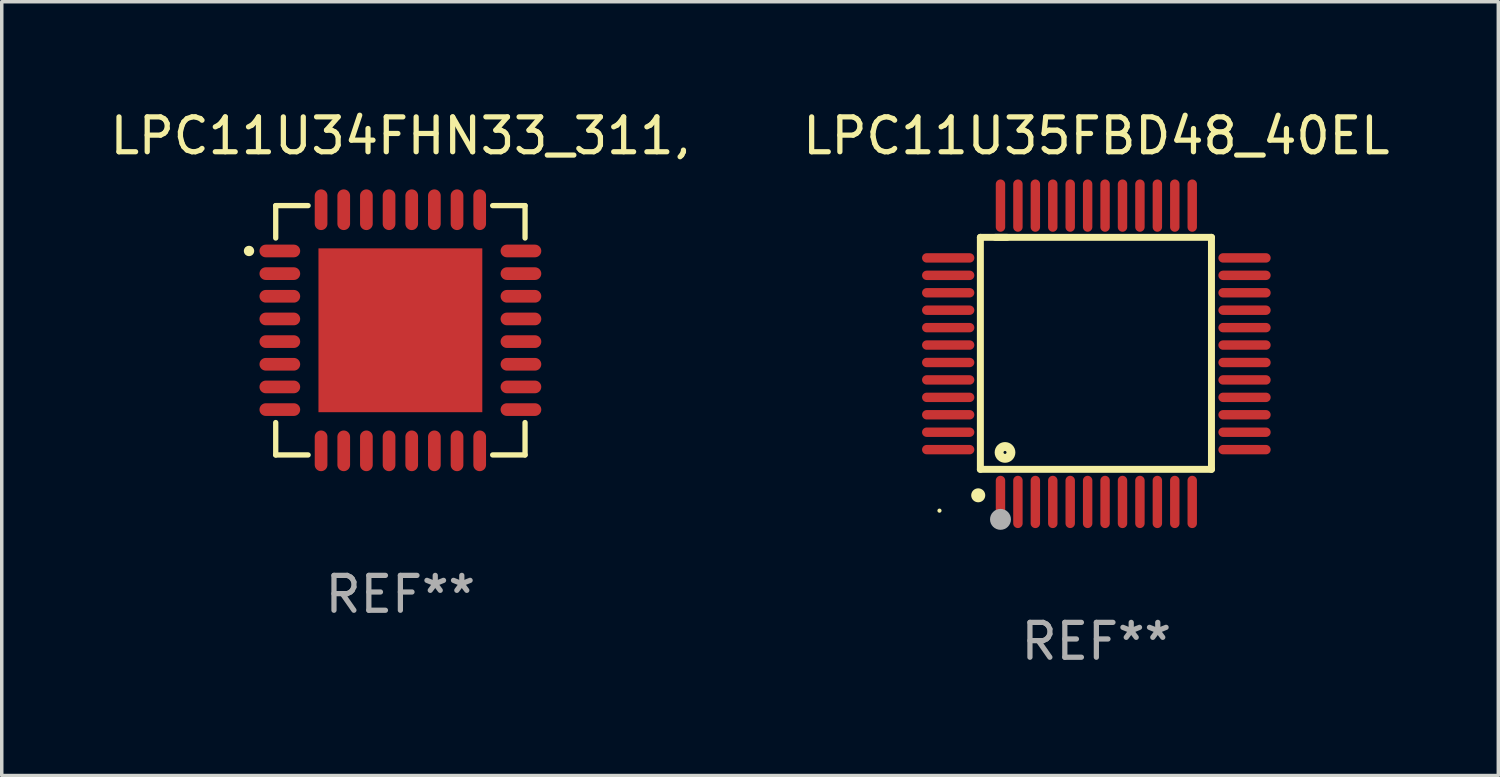
<source format=kicad_pcb>
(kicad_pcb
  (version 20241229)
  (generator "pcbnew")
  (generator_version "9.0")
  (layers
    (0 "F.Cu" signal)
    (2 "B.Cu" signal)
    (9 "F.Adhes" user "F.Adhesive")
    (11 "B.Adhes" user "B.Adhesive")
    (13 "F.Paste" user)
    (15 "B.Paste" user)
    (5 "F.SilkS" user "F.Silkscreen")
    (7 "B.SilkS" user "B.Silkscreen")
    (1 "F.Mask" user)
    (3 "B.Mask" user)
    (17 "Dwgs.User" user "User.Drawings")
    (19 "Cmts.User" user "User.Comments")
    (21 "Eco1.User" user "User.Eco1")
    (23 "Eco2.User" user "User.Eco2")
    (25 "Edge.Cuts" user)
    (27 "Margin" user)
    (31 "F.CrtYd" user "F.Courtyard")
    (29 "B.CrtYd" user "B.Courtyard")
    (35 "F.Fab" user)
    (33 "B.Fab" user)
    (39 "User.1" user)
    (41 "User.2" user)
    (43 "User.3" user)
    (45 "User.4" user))
  (footprint "LPC11U34FHN33_311,"
    (layer "F.Cu")
    (at 8.435 6.424)
    (property "Reference" "LPC11U34FHN33_311," (at 0 -5.576 0) (layer "F.SilkS") (effects (font (size 1 1) (thickness 0.15))))
    (attr through_hole)
    (fp_line (start -3.576 -3.576) (end -3.576 -2.647) (stroke (width 0.152) (type solid)) (layer "F.SilkS"))
    (fp_line (start -3.576 3.576) (end -3.576 2.647) (stroke (width 0.152) (type solid)) (layer "F.SilkS"))
    (fp_line (start -2.647 -3.576) (end -3.576 -3.576) (stroke (width 0.152) (type solid)) (layer "F.SilkS"))
    (fp_line (start -2.647 3.576) (end -3.576 3.576) (stroke (width 0.152) (type solid)) (layer "F.SilkS"))
    (fp_line (start 2.647 -3.576) (end 3.576 -3.576) (stroke (width 0.152) (type solid)) (layer "F.SilkS"))
    (fp_line (start 2.647 3.576) (end 3.576 3.576) (stroke (width 0.152) (type solid)) (layer "F.SilkS"))
    (fp_line (start 3.576 -3.576) (end 3.576 -2.647) (stroke (width 0.152) (type solid)) (layer "F.SilkS"))
    (fp_line (start 3.576 3.576) (end 3.576 2.647) (stroke (width 0.152) (type solid)) (layer "F.SilkS"))
    (fp_circle (center -4.342 -2.275) (end -4.267 -2.275) (stroke (width 0.15) (type solid)) (fill no) (layer "F.SilkS"))
    (fp_text user "REF**" (at 0 7.576 0) (layer "F.Fab") (effects (font (size 1 1) (thickness 0.15))))
    (pad "1" smd oval (at -3.458 -2.275 270) (size 0.364 1.167) (layers "F.Cu" "F.Mask" "F.Paste"))
    (pad "2" smd oval (at -3.458 -1.625 270) (size 0.364 1.167) (layers "F.Cu" "F.Mask" "F.Paste"))
    (pad "3" smd oval (at -3.458 -0.975 270) (size 0.364 1.167) (layers "F.Cu" "F.Mask" "F.Paste"))
    (pad "4" smd oval (at -3.458 -0.325 270) (size 0.364 1.167) (layers "F.Cu" "F.Mask" "F.Paste"))
    (pad "5" smd oval (at -3.458 0.325 270) (size 0.364 1.167) (layers "F.Cu" "F.Mask" "F.Paste"))
    (pad "6" smd oval (at -3.458 0.975 270) (size 0.364 1.167) (layers "F.Cu" "F.Mask" "F.Paste"))
    (pad "7" smd oval (at -3.458 1.625 270) (size 0.364 1.167) (layers "F.Cu" "F.Mask" "F.Paste"))
    (pad "8" smd oval (at -3.458 2.275 270) (size 0.364 1.167) (layers "F.Cu" "F.Mask" "F.Paste"))
    (pad "9" smd oval (at -2.275 3.458 270) (size 1.167 0.364) (layers "F.Cu" "F.Mask" "F.Paste"))
    (pad "10" smd oval (at -1.625 3.458 270) (size 1.167 0.364) (layers "F.Cu" "F.Mask" "F.Paste"))
    (pad "11" smd oval (at -0.975 3.458 270) (size 1.167 0.364) (layers "F.Cu" "F.Mask" "F.Paste"))
    (pad "12" smd oval (at -0.325 3.458 270) (size 1.167 0.364) (layers "F.Cu" "F.Mask" "F.Paste"))
    (pad "13" smd oval (at 0.325 3.458 270) (size 1.167 0.364) (layers "F.Cu" "F.Mask" "F.Paste"))
    (pad "14" smd oval (at 0.975 3.458 270) (size 1.167 0.364) (layers "F.Cu" "F.Mask" "F.Paste"))
    (pad "15" smd oval (at 1.625 3.458 270) (size 1.167 0.364) (layers "F.Cu" "F.Mask" "F.Paste"))
    (pad "16" smd oval (at 2.275 3.458 270) (size 1.167 0.364) (layers "F.Cu" "F.Mask" "F.Paste"))
    (pad "17" smd oval (at 3.458 2.275 270) (size 0.364 1.167) (layers "F.Cu" "F.Mask" "F.Paste"))
    (pad "18" smd oval (at 3.458 1.625 270) (size 0.364 1.167) (layers "F.Cu" "F.Mask" "F.Paste"))
    (pad "19" smd oval (at 3.458 0.975 270) (size 0.364 1.167) (layers "F.Cu" "F.Mask" "F.Paste"))
    (pad "20" smd oval (at 3.458 0.325 270) (size 0.364 1.167) (layers "F.Cu" "F.Mask" "F.Paste"))
    (pad "21" smd oval (at 3.458 -0.325 270) (size 0.364 1.167) (layers "F.Cu" "F.Mask" "F.Paste"))
    (pad "22" smd oval (at 3.458 -0.975 270) (size 0.364 1.167) (layers "F.Cu" "F.Mask" "F.Paste"))
    (pad "23" smd oval (at 3.458 -1.625 270) (size 0.364 1.167) (layers "F.Cu" "F.Mask" "F.Paste"))
    (pad "24" smd oval (at 3.458 -2.275 270) (size 0.364 1.167) (layers "F.Cu" "F.Mask" "F.Paste"))
    (pad "25" smd oval (at 2.275 -3.458 270) (size 1.167 0.364) (layers "F.Cu" "F.Mask" "F.Paste"))
    (pad "26" smd oval (at 1.625 -3.458 270) (size 1.167 0.364) (layers "F.Cu" "F.Mask" "F.Paste"))
    (pad "27" smd oval (at 0.975 -3.458 270) (size 1.167 0.364) (layers "F.Cu" "F.Mask" "F.Paste"))
    (pad "28" smd oval (at 0.325 -3.458 270) (size 1.167 0.364) (layers "F.Cu" "F.Mask" "F.Paste"))
    (pad "29" smd oval (at -0.325 -3.458 270) (size 1.167 0.364) (layers "F.Cu" "F.Mask" "F.Paste"))
    (pad "30" smd oval (at -0.975 -3.458 270) (size 1.167 0.364) (layers "F.Cu" "F.Mask" "F.Paste"))
    (pad "31" smd oval (at -1.625 -3.458 270) (size 1.167 0.364) (layers "F.Cu" "F.Mask" "F.Paste"))
    (pad "32" smd oval (at -2.275 -3.458 270) (size 1.167 0.364) (layers "F.Cu" "F.Mask" "F.Paste"))
    (pad "33" smd rect (at 0 0 270) (size 4.7 4.7) (layers "F.Cu" "F.Mask" "F.Paste")))
  (footprint "LPC11U35FBD48_40EL"
    (layer "F.Cu")
    (at 28.399 7.098)
    (property "Reference" "LPC11U35FBD48_40EL" (at 0 -6.25 0) (layer "F.SilkS") (effects (font (size 1 1) (thickness 0.15))))
    (attr through_hole)
    (fp_line (start -3.327 -3.34) (end -2.565 -3.34) (stroke (width 0.2) (type solid)) (layer "F.SilkS"))
    (fp_line (start -3.327 3.315) (end -3.327 -3.34) (stroke (width 0.2) (type solid)) (layer "F.SilkS"))
    (fp_line (start -2.896 -3.34) (end 3.302 -3.34) (stroke (width 0.2) (type solid)) (layer "F.SilkS"))
    (fp_line (start 3.302 -3.34) (end 3.302 3.315) (stroke (width 0.2) (type solid)) (layer "F.SilkS"))
    (fp_line (start 3.302 3.315) (end -3.327 3.315) (stroke (width 0.2) (type solid)) (layer "F.SilkS"))
    (fp_arc (start -3.389992 4.059995) (mid -3.388722 4.059991) (end -3.387452 4.059995) (stroke (width 0.4) (type solid)) (layer "F.SilkS"))
    (fp_circle (center -4.5 4.5) (end -4.47 4.5) (stroke (width 0.06) (type solid)) (fill no) (layer "F.SilkS"))
    (fp_circle (center -2.62 2.83) (end -2.45 2.83) (stroke (width 0.254) (type solid)) (fill no) (layer "F.SilkS"))
    (fp_circle (center -2.75 4.75) (end -2.6 4.75) (stroke (width 0.3) (type solid)) (fill no) (layer "F.Fab"))
    (fp_text user "REF**" (at 0 8.25 0) (layer "F.Fab") (effects (font (size 1 1) (thickness 0.15))))
    (pad "1" smd oval (at -2.75 4.25) (size 0.27 1.5) (layers "F.Cu" "F.Mask" "F.Paste"))
    (pad "2" smd oval (at -2.25 4.25) (size 0.27 1.5) (layers "F.Cu" "F.Mask" "F.Paste"))
    (pad "3" smd oval (at -1.75 4.25) (size 0.27 1.5) (layers "F.Cu" "F.Mask" "F.Paste"))
    (pad "4" smd oval (at -1.25 4.25) (size 0.27 1.5) (layers "F.Cu" "F.Mask" "F.Paste"))
    (pad "5" smd oval (at -0.75 4.25) (size 0.27 1.5) (layers "F.Cu" "F.Mask" "F.Paste"))
    (pad "6" smd oval (at -0.25 4.25) (size 0.27 1.5) (layers "F.Cu" "F.Mask" "F.Paste"))
    (pad "7" smd oval (at 0.25 4.25) (size 0.27 1.5) (layers "F.Cu" "F.Mask" "F.Paste"))
    (pad "8" smd oval (at 0.75 4.25) (size 0.27 1.5) (layers "F.Cu" "F.Mask" "F.Paste"))
    (pad "9" smd oval (at 1.25 4.25) (size 0.27 1.5) (layers "F.Cu" "F.Mask" "F.Paste"))
    (pad "10" smd oval (at 1.75 4.25) (size 0.27 1.5) (layers "F.Cu" "F.Mask" "F.Paste"))
    (pad "11" smd oval (at 2.25 4.25) (size 0.27 1.5) (layers "F.Cu" "F.Mask" "F.Paste"))
    (pad "12" smd oval (at 2.75 4.25) (size 0.27 1.5) (layers "F.Cu" "F.Mask" "F.Paste"))
    (pad "13" smd oval (at 4.25 2.75) (size 1.5 0.27) (layers "F.Cu" "F.Mask" "F.Paste"))
    (pad "14" smd oval (at 4.25 2.25) (size 1.5 0.27) (layers "F.Cu" "F.Mask" "F.Paste"))
    (pad "15" smd oval (at 4.25 1.75) (size 1.5 0.27) (layers "F.Cu" "F.Mask" "F.Paste"))
    (pad "16" smd oval (at 4.25 1.25) (size 1.5 0.27) (layers "F.Cu" "F.Mask" "F.Paste"))
    (pad "17" smd oval (at 4.25 0.75) (size 1.5 0.27) (layers "F.Cu" "F.Mask" "F.Paste"))
    (pad "18" smd oval (at 4.25 0.25) (size 1.5 0.27) (layers "F.Cu" "F.Mask" "F.Paste"))
    (pad "19" smd oval (at 4.25 -0.25) (size 1.5 0.27) (layers "F.Cu" "F.Mask" "F.Paste"))
    (pad "20" smd oval (at 4.25 -0.75) (size 1.5 0.27) (layers "F.Cu" "F.Mask" "F.Paste"))
    (pad "21" smd oval (at 4.25 -1.25) (size 1.5 0.27) (layers "F.Cu" "F.Mask" "F.Paste"))
    (pad "22" smd oval (at 4.25 -1.75) (size 1.5 0.27) (layers "F.Cu" "F.Mask" "F.Paste"))
    (pad "23" smd oval (at 4.25 -2.25) (size 1.5 0.27) (layers "F.Cu" "F.Mask" "F.Paste"))
    (pad "24" smd oval (at 4.25 -2.75) (size 1.5 0.27) (layers "F.Cu" "F.Mask" "F.Paste"))
    (pad "25" smd oval (at 2.75 -4.25) (size 0.27 1.5) (layers "F.Cu" "F.Mask" "F.Paste"))
    (pad "26" smd oval (at 2.25 -4.25) (size 0.27 1.5) (layers "F.Cu" "F.Mask" "F.Paste"))
    (pad "27" smd oval (at 1.75 -4.25) (size 0.27 1.5) (layers "F.Cu" "F.Mask" "F.Paste"))
    (pad "28" smd oval (at 1.25 -4.25) (size 0.27 1.5) (layers "F.Cu" "F.Mask" "F.Paste"))
    (pad "29" smd oval (at 0.75 -4.25) (size 0.27 1.5) (layers "F.Cu" "F.Mask" "F.Paste"))
    (pad "30" smd oval (at 0.25 -4.25) (size 0.27 1.5) (layers "F.Cu" "F.Mask" "F.Paste"))
    (pad "31" smd oval (at -0.25 -4.25) (size 0.27 1.5) (layers "F.Cu" "F.Mask" "F.Paste"))
    (pad "32" smd oval (at -0.75 -4.25) (size 0.27 1.5) (layers "F.Cu" "F.Mask" "F.Paste"))
    (pad "33" smd oval (at -1.25 -4.25) (size 0.27 1.5) (layers "F.Cu" "F.Mask" "F.Paste"))
    (pad "34" smd oval (at -1.75 -4.25) (size 0.27 1.5) (layers "F.Cu" "F.Mask" "F.Paste"))
    (pad "35" smd oval (at -2.25 -4.25) (size 0.27 1.5) (layers "F.Cu" "F.Mask" "F.Paste"))
    (pad "36" smd oval (at -2.75 -4.25) (size 0.27 1.5) (layers "F.Cu" "F.Mask" "F.Paste"))
    (pad "37" smd oval (at -4.25 -2.75) (size 1.5 0.27) (layers "F.Cu" "F.Mask" "F.Paste"))
    (pad "38" smd oval (at -4.25 -2.25) (size 1.5 0.27) (layers "F.Cu" "F.Mask" "F.Paste"))
    (pad "39" smd oval (at -4.25 -1.75) (size 1.5 0.27) (layers "F.Cu" "F.Mask" "F.Paste"))
    (pad "40" smd oval (at -4.25 -1.25) (size 1.5 0.27) (layers "F.Cu" "F.Mask" "F.Paste"))
    (pad "41" smd oval (at -4.25 -0.75) (size 1.5 0.27) (layers "F.Cu" "F.Mask" "F.Paste"))
    (pad "42" smd oval (at -4.25 -0.25) (size 1.5 0.27) (layers "F.Cu" "F.Mask" "F.Paste"))
    (pad "43" smd oval (at -4.25 0.25) (size 1.5 0.27) (layers "F.Cu" "F.Mask" "F.Paste"))
    (pad "44" smd oval (at -4.25 0.75) (size 1.5 0.27) (layers "F.Cu" "F.Mask" "F.Paste"))
    (pad "45" smd oval (at -4.25 1.25) (size 1.5 0.27) (layers "F.Cu" "F.Mask" "F.Paste"))
    (pad "46" smd oval (at -4.25 1.75) (size 1.5 0.27) (layers "F.Cu" "F.Mask" "F.Paste"))
    (pad "47" smd oval (at -4.25 2.25) (size 1.5 0.27) (layers "F.Cu" "F.Mask" "F.Paste"))
    (pad "48" smd oval (at -4.25 2.75) (size 1.5 0.27) (layers "F.Cu" "F.Mask" "F.Paste")))
  (gr_rect
    (start -3 -3)
    (end 39.929 19.196)
    (stroke (width 0.1) (type default))
    (fill no)
    (layer "Edge.Cuts")))
</source>
